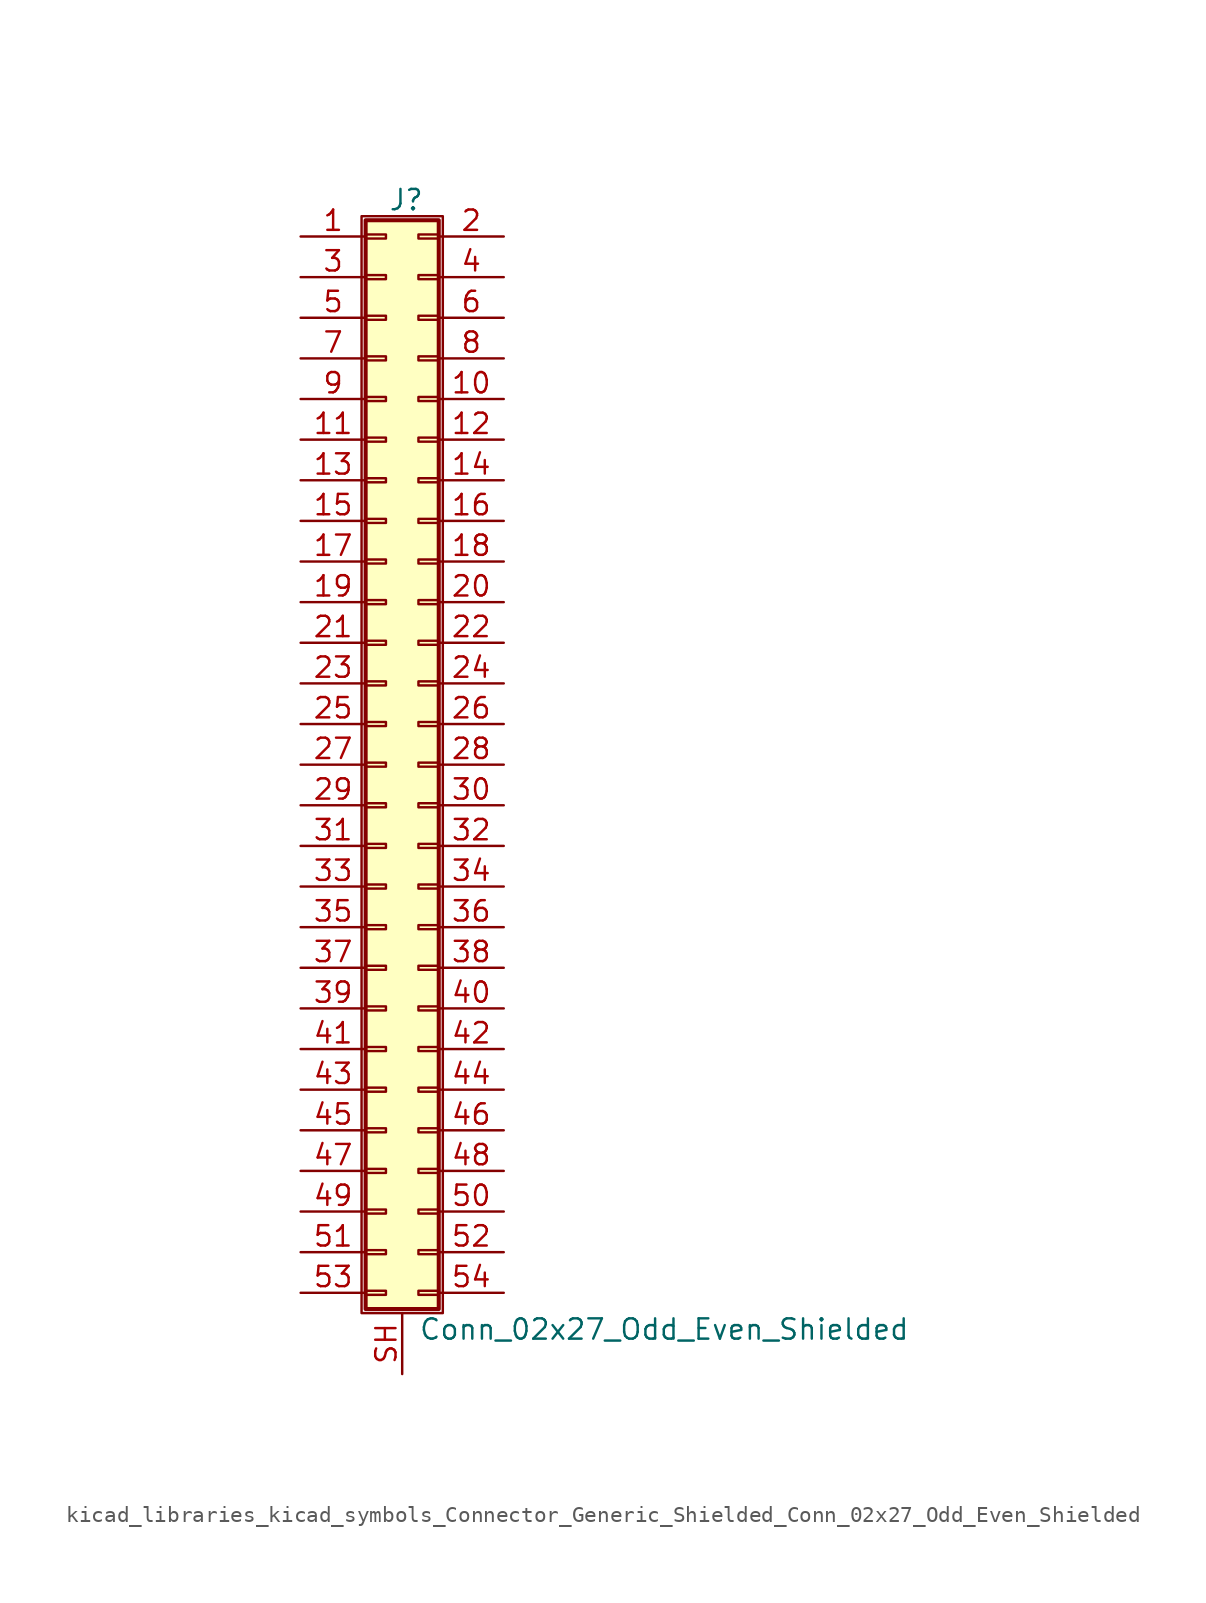
<source format=kicad_sym>
(kicad_symbol_lib
  (version 20220914)
  (generator kicad_symbol_editor)
  (symbol "kicad_libraries_kicad_symbols_Connector_Generic_Shielded_Conn_02x27_Odd_Even_Shielded"
    (pin_names
      (offset 1.016) hide)
    (property "Reference" "J"
      (at 1.524 35.306 0)
      (effects (font (size 1.27 1.27))))
    (property "Value" "Conn_02x27_Odd_Even_Shielded"
      (at 2.286 -35.306 0)
      (effects (font (size 1.27 1.27)) (justify left)))
    (symbol "kicad_libraries_kicad_symbols_Connector_Generic_Shielded_Conn_02x27_Odd_Even_Shielded_1_1"
      (rectangle (start -1.27 34.29) (end 3.81 -34.29) (stroke (width 0.152) (type default)) (fill (type none)))
      (rectangle (start -1.016 -32.893) (end 0.254 -33.147) (stroke (width 0.152) (type default)) (fill (type none)))
      (rectangle (start -1.016 -30.353) (end 0.254 -30.607) (stroke (width 0.152) (type default)) (fill (type none)))
      (rectangle (start -1.016 -27.813) (end 0.254 -28.067) (stroke (width 0.152) (type default)) (fill (type none)))
      (rectangle (start -1.016 -25.273) (end 0.254 -25.527) (stroke (width 0.152) (type default)) (fill (type none)))
      (rectangle (start -1.016 -22.733) (end 0.254 -22.987) (stroke (width 0.152) (type default)) (fill (type none)))
      (rectangle (start -1.016 -20.193) (end 0.254 -20.447) (stroke (width 0.152) (type default)) (fill (type none)))
      (rectangle (start -1.016 -17.653) (end 0.254 -17.907) (stroke (width 0.152) (type default)) (fill (type none)))
      (rectangle (start -1.016 -15.113) (end 0.254 -15.367) (stroke (width 0.152) (type default)) (fill (type none)))
      (rectangle (start -1.016 -12.573) (end 0.254 -12.827) (stroke (width 0.152) (type default)) (fill (type none)))
      (rectangle (start -1.016 -10.033) (end 0.254 -10.287) (stroke (width 0.152) (type default)) (fill (type none)))
      (rectangle (start -1.016 -7.493) (end 0.254 -7.747) (stroke (width 0.152) (type default)) (fill (type none)))
      (rectangle (start -1.016 -4.953) (end 0.254 -5.207) (stroke (width 0.152) (type default)) (fill (type none)))
      (rectangle (start -1.016 -2.413) (end 0.254 -2.667) (stroke (width 0.152) (type default)) (fill (type none)))
      (rectangle (start -1.016 0.127) (end 0.254 -0.127) (stroke (width 0.152) (type default)) (fill (type none)))
      (rectangle (start -1.016 2.667) (end 0.254 2.413) (stroke (width 0.152) (type default)) (fill (type none)))
      (rectangle (start -1.016 5.207) (end 0.254 4.953) (stroke (width 0.152) (type default)) (fill (type none)))
      (rectangle (start -1.016 7.747) (end 0.254 7.493) (stroke (width 0.152) (type default)) (fill (type none)))
      (rectangle (start -1.016 10.287) (end 0.254 10.033) (stroke (width 0.152) (type default)) (fill (type none)))
      (rectangle (start -1.016 12.827) (end 0.254 12.573) (stroke (width 0.152) (type default)) (fill (type none)))
      (rectangle (start -1.016 15.367) (end 0.254 15.113) (stroke (width 0.152) (type default)) (fill (type none)))
      (rectangle (start -1.016 17.907) (end 0.254 17.653) (stroke (width 0.152) (type default)) (fill (type none)))
      (rectangle (start -1.016 20.447) (end 0.254 20.193) (stroke (width 0.152) (type default)) (fill (type none)))
      (rectangle (start -1.016 22.987) (end 0.254 22.733) (stroke (width 0.152) (type default)) (fill (type none)))
      (rectangle (start -1.016 25.527) (end 0.254 25.273) (stroke (width 0.152) (type default)) (fill (type none)))
      (rectangle (start -1.016 28.067) (end 0.254 27.813) (stroke (width 0.152) (type default)) (fill (type none)))
      (rectangle (start -1.016 30.607) (end 0.254 30.353) (stroke (width 0.152) (type default)) (fill (type none)))
      (rectangle (start -1.016 33.147) (end 0.254 32.893) (stroke (width 0.152) (type default)) (fill (type none)))
      (rectangle (start -1.016 34.036) (end 3.556 -34.036) (stroke (width 0.254) (type default)) (fill (type background)))
      (rectangle (start 3.556 -32.893) (end 2.286 -33.147) (stroke (width 0.152) (type default)) (fill (type none)))
      (rectangle (start 3.556 -30.353) (end 2.286 -30.607) (stroke (width 0.152) (type default)) (fill (type none)))
      (rectangle (start 3.556 -27.813) (end 2.286 -28.067) (stroke (width 0.152) (type default)) (fill (type none)))
      (rectangle (start 3.556 -25.273) (end 2.286 -25.527) (stroke (width 0.152) (type default)) (fill (type none)))
      (rectangle (start 3.556 -22.733) (end 2.286 -22.987) (stroke (width 0.152) (type default)) (fill (type none)))
      (rectangle (start 3.556 -20.193) (end 2.286 -20.447) (stroke (width 0.152) (type default)) (fill (type none)))
      (rectangle (start 3.556 -17.653) (end 2.286 -17.907) (stroke (width 0.152) (type default)) (fill (type none)))
      (rectangle (start 3.556 -15.113) (end 2.286 -15.367) (stroke (width 0.152) (type default)) (fill (type none)))
      (rectangle (start 3.556 -12.573) (end 2.286 -12.827) (stroke (width 0.152) (type default)) (fill (type none)))
      (rectangle (start 3.556 -10.033) (end 2.286 -10.287) (stroke (width 0.152) (type default)) (fill (type none)))
      (rectangle (start 3.556 -7.493) (end 2.286 -7.747) (stroke (width 0.152) (type default)) (fill (type none)))
      (rectangle (start 3.556 -4.953) (end 2.286 -5.207) (stroke (width 0.152) (type default)) (fill (type none)))
      (rectangle (start 3.556 -2.413) (end 2.286 -2.667) (stroke (width 0.152) (type default)) (fill (type none)))
      (rectangle (start 3.556 0.127) (end 2.286 -0.127) (stroke (width 0.152) (type default)) (fill (type none)))
      (rectangle (start 3.556 2.667) (end 2.286 2.413) (stroke (width 0.152) (type default)) (fill (type none)))
      (rectangle (start 3.556 5.207) (end 2.286 4.953) (stroke (width 0.152) (type default)) (fill (type none)))
      (rectangle (start 3.556 7.747) (end 2.286 7.493) (stroke (width 0.152) (type default)) (fill (type none)))
      (rectangle (start 3.556 10.287) (end 2.286 10.033) (stroke (width 0.152) (type default)) (fill (type none)))
      (rectangle (start 3.556 12.827) (end 2.286 12.573) (stroke (width 0.152) (type default)) (fill (type none)))
      (rectangle (start 3.556 15.367) (end 2.286 15.113) (stroke (width 0.152) (type default)) (fill (type none)))
      (rectangle (start 3.556 17.907) (end 2.286 17.653) (stroke (width 0.152) (type default)) (fill (type none)))
      (rectangle (start 3.556 20.447) (end 2.286 20.193) (stroke (width 0.152) (type default)) (fill (type none)))
      (rectangle (start 3.556 22.987) (end 2.286 22.733) (stroke (width 0.152) (type default)) (fill (type none)))
      (rectangle (start 3.556 25.527) (end 2.286 25.273) (stroke (width 0.152) (type default)) (fill (type none)))
      (rectangle (start 3.556 28.067) (end 2.286 27.813) (stroke (width 0.152) (type default)) (fill (type none)))
      (rectangle (start 3.556 30.607) (end 2.286 30.353) (stroke (width 0.152) (type default)) (fill (type none)))
      (rectangle (start 3.556 33.147) (end 2.286 32.893) (stroke (width 0.152) (type default)) (fill (type none)))
      (pin passive line (at -5.08 33.02 0) (length 4.064) (name "Pin_1" (effects (font (size 1.27 1.27)))) (number "1" (effects (font (size 1.27 1.27)))))
      (pin passive line (at 7.62 22.86 180) (length 4.064) (name "Pin_10" (effects (font (size 1.27 1.27)))) (number "10" (effects (font (size 1.27 1.27)))))
      (pin passive line (at -5.08 20.32 0) (length 4.064) (name "Pin_11" (effects (font (size 1.27 1.27)))) (number "11" (effects (font (size 1.27 1.27)))))
      (pin passive line (at 7.62 20.32 180) (length 4.064) (name "Pin_12" (effects (font (size 1.27 1.27)))) (number "12" (effects (font (size 1.27 1.27)))))
      (pin passive line (at -5.08 17.78 0) (length 4.064) (name "Pin_13" (effects (font (size 1.27 1.27)))) (number "13" (effects (font (size 1.27 1.27)))))
      (pin passive line (at 7.62 17.78 180) (length 4.064) (name "Pin_14" (effects (font (size 1.27 1.27)))) (number "14" (effects (font (size 1.27 1.27)))))
      (pin passive line (at -5.08 15.24 0) (length 4.064) (name "Pin_15" (effects (font (size 1.27 1.27)))) (number "15" (effects (font (size 1.27 1.27)))))
      (pin passive line (at 7.62 15.24 180) (length 4.064) (name "Pin_16" (effects (font (size 1.27 1.27)))) (number "16" (effects (font (size 1.27 1.27)))))
      (pin passive line (at -5.08 12.7 0) (length 4.064) (name "Pin_17" (effects (font (size 1.27 1.27)))) (number "17" (effects (font (size 1.27 1.27)))))
      (pin passive line (at 7.62 12.7 180) (length 4.064) (name "Pin_18" (effects (font (size 1.27 1.27)))) (number "18" (effects (font (size 1.27 1.27)))))
      (pin passive line (at -5.08 10.16 0) (length 4.064) (name "Pin_19" (effects (font (size 1.27 1.27)))) (number "19" (effects (font (size 1.27 1.27)))))
      (pin passive line (at 7.62 33.02 180) (length 4.064) (name "Pin_2" (effects (font (size 1.27 1.27)))) (number "2" (effects (font (size 1.27 1.27)))))
      (pin passive line (at 7.62 10.16 180) (length 4.064) (name "Pin_20" (effects (font (size 1.27 1.27)))) (number "20" (effects (font (size 1.27 1.27)))))
      (pin passive line (at -5.08 7.62 0) (length 4.064) (name "Pin_21" (effects (font (size 1.27 1.27)))) (number "21" (effects (font (size 1.27 1.27)))))
      (pin passive line (at 7.62 7.62 180) (length 4.064) (name "Pin_22" (effects (font (size 1.27 1.27)))) (number "22" (effects (font (size 1.27 1.27)))))
      (pin passive line (at -5.08 5.08 0) (length 4.064) (name "Pin_23" (effects (font (size 1.27 1.27)))) (number "23" (effects (font (size 1.27 1.27)))))
      (pin passive line (at 7.62 5.08 180) (length 4.064) (name "Pin_24" (effects (font (size 1.27 1.27)))) (number "24" (effects (font (size 1.27 1.27)))))
      (pin passive line (at -5.08 2.54 0) (length 4.064) (name "Pin_25" (effects (font (size 1.27 1.27)))) (number "25" (effects (font (size 1.27 1.27)))))
      (pin passive line (at 7.62 2.54 180) (length 4.064) (name "Pin_26" (effects (font (size 1.27 1.27)))) (number "26" (effects (font (size 1.27 1.27)))))
      (pin passive line (at -5.08 0 0) (length 4.064) (name "Pin_27" (effects (font (size 1.27 1.27)))) (number "27" (effects (font (size 1.27 1.27)))))
      (pin passive line (at 7.62 0 180) (length 4.064) (name "Pin_28" (effects (font (size 1.27 1.27)))) (number "28" (effects (font (size 1.27 1.27)))))
      (pin passive line (at -5.08 -2.54 0) (length 4.064) (name "Pin_29" (effects (font (size 1.27 1.27)))) (number "29" (effects (font (size 1.27 1.27)))))
      (pin passive line (at -5.08 30.48 0) (length 4.064) (name "Pin_3" (effects (font (size 1.27 1.27)))) (number "3" (effects (font (size 1.27 1.27)))))
      (pin passive line (at 7.62 -2.54 180) (length 4.064) (name "Pin_30" (effects (font (size 1.27 1.27)))) (number "30" (effects (font (size 1.27 1.27)))))
      (pin passive line (at -5.08 -5.08 0) (length 4.064) (name "Pin_31" (effects (font (size 1.27 1.27)))) (number "31" (effects (font (size 1.27 1.27)))))
      (pin passive line (at 7.62 -5.08 180) (length 4.064) (name "Pin_32" (effects (font (size 1.27 1.27)))) (number "32" (effects (font (size 1.27 1.27)))))
      (pin passive line (at -5.08 -7.62 0) (length 4.064) (name "Pin_33" (effects (font (size 1.27 1.27)))) (number "33" (effects (font (size 1.27 1.27)))))
      (pin passive line (at 7.62 -7.62 180) (length 4.064) (name "Pin_34" (effects (font (size 1.27 1.27)))) (number "34" (effects (font (size 1.27 1.27)))))
      (pin passive line (at -5.08 -10.16 0) (length 4.064) (name "Pin_35" (effects (font (size 1.27 1.27)))) (number "35" (effects (font (size 1.27 1.27)))))
      (pin passive line (at 7.62 -10.16 180) (length 4.064) (name "Pin_36" (effects (font (size 1.27 1.27)))) (number "36" (effects (font (size 1.27 1.27)))))
      (pin passive line (at -5.08 -12.7 0) (length 4.064) (name "Pin_37" (effects (font (size 1.27 1.27)))) (number "37" (effects (font (size 1.27 1.27)))))
      (pin passive line (at 7.62 -12.7 180) (length 4.064) (name "Pin_38" (effects (font (size 1.27 1.27)))) (number "38" (effects (font (size 1.27 1.27)))))
      (pin passive line (at -5.08 -15.24 0) (length 4.064) (name "Pin_39" (effects (font (size 1.27 1.27)))) (number "39" (effects (font (size 1.27 1.27)))))
      (pin passive line (at 7.62 30.48 180) (length 4.064) (name "Pin_4" (effects (font (size 1.27 1.27)))) (number "4" (effects (font (size 1.27 1.27)))))
      (pin passive line (at 7.62 -15.24 180) (length 4.064) (name "Pin_40" (effects (font (size 1.27 1.27)))) (number "40" (effects (font (size 1.27 1.27)))))
      (pin passive line (at -5.08 -17.78 0) (length 4.064) (name "Pin_41" (effects (font (size 1.27 1.27)))) (number "41" (effects (font (size 1.27 1.27)))))
      (pin passive line (at 7.62 -17.78 180) (length 4.064) (name "Pin_42" (effects (font (size 1.27 1.27)))) (number "42" (effects (font (size 1.27 1.27)))))
      (pin passive line (at -5.08 -20.32 0) (length 4.064) (name "Pin_43" (effects (font (size 1.27 1.27)))) (number "43" (effects (font (size 1.27 1.27)))))
      (pin passive line (at 7.62 -20.32 180) (length 4.064) (name "Pin_44" (effects (font (size 1.27 1.27)))) (number "44" (effects (font (size 1.27 1.27)))))
      (pin passive line (at -5.08 -22.86 0) (length 4.064) (name "Pin_45" (effects (font (size 1.27 1.27)))) (number "45" (effects (font (size 1.27 1.27)))))
      (pin passive line (at 7.62 -22.86 180) (length 4.064) (name "Pin_46" (effects (font (size 1.27 1.27)))) (number "46" (effects (font (size 1.27 1.27)))))
      (pin passive line (at -5.08 -25.4 0) (length 4.064) (name "Pin_47" (effects (font (size 1.27 1.27)))) (number "47" (effects (font (size 1.27 1.27)))))
      (pin passive line (at 7.62 -25.4 180) (length 4.064) (name "Pin_48" (effects (font (size 1.27 1.27)))) (number "48" (effects (font (size 1.27 1.27)))))
      (pin passive line (at -5.08 -27.94 0) (length 4.064) (name "Pin_49" (effects (font (size 1.27 1.27)))) (number "49" (effects (font (size 1.27 1.27)))))
      (pin passive line (at -5.08 27.94 0) (length 4.064) (name "Pin_5" (effects (font (size 1.27 1.27)))) (number "5" (effects (font (size 1.27 1.27)))))
      (pin passive line (at 7.62 -27.94 180) (length 4.064) (name "Pin_50" (effects (font (size 1.27 1.27)))) (number "50" (effects (font (size 1.27 1.27)))))
      (pin passive line (at -5.08 -30.48 0) (length 4.064) (name "Pin_51" (effects (font (size 1.27 1.27)))) (number "51" (effects (font (size 1.27 1.27)))))
      (pin passive line (at 7.62 -30.48 180) (length 4.064) (name "Pin_52" (effects (font (size 1.27 1.27)))) (number "52" (effects (font (size 1.27 1.27)))))
      (pin passive line (at -5.08 -33.02 0) (length 4.064) (name "Pin_53" (effects (font (size 1.27 1.27)))) (number "53" (effects (font (size 1.27 1.27)))))
      (pin passive line (at 7.62 -33.02 180) (length 4.064) (name "Pin_54" (effects (font (size 1.27 1.27)))) (number "54" (effects (font (size 1.27 1.27)))))
      (pin passive line (at 7.62 27.94 180) (length 4.064) (name "Pin_6" (effects (font (size 1.27 1.27)))) (number "6" (effects (font (size 1.27 1.27)))))
      (pin passive line (at -5.08 25.4 0) (length 4.064) (name "Pin_7" (effects (font (size 1.27 1.27)))) (number "7" (effects (font (size 1.27 1.27)))))
      (pin passive line (at 7.62 25.4 180) (length 4.064) (name "Pin_8" (effects (font (size 1.27 1.27)))) (number "8" (effects (font (size 1.27 1.27)))))
      (pin passive line (at -5.08 22.86 0) (length 4.064) (name "Pin_9" (effects (font (size 1.27 1.27)))) (number "9" (effects (font (size 1.27 1.27)))))
      (pin passive line (at 1.27 -38.1 90) (length 3.81) (name "Shield" (effects (font (size 1.27 1.27)))) (number "SH" (effects (font (size 1.27 1.27))))))))
</source>
